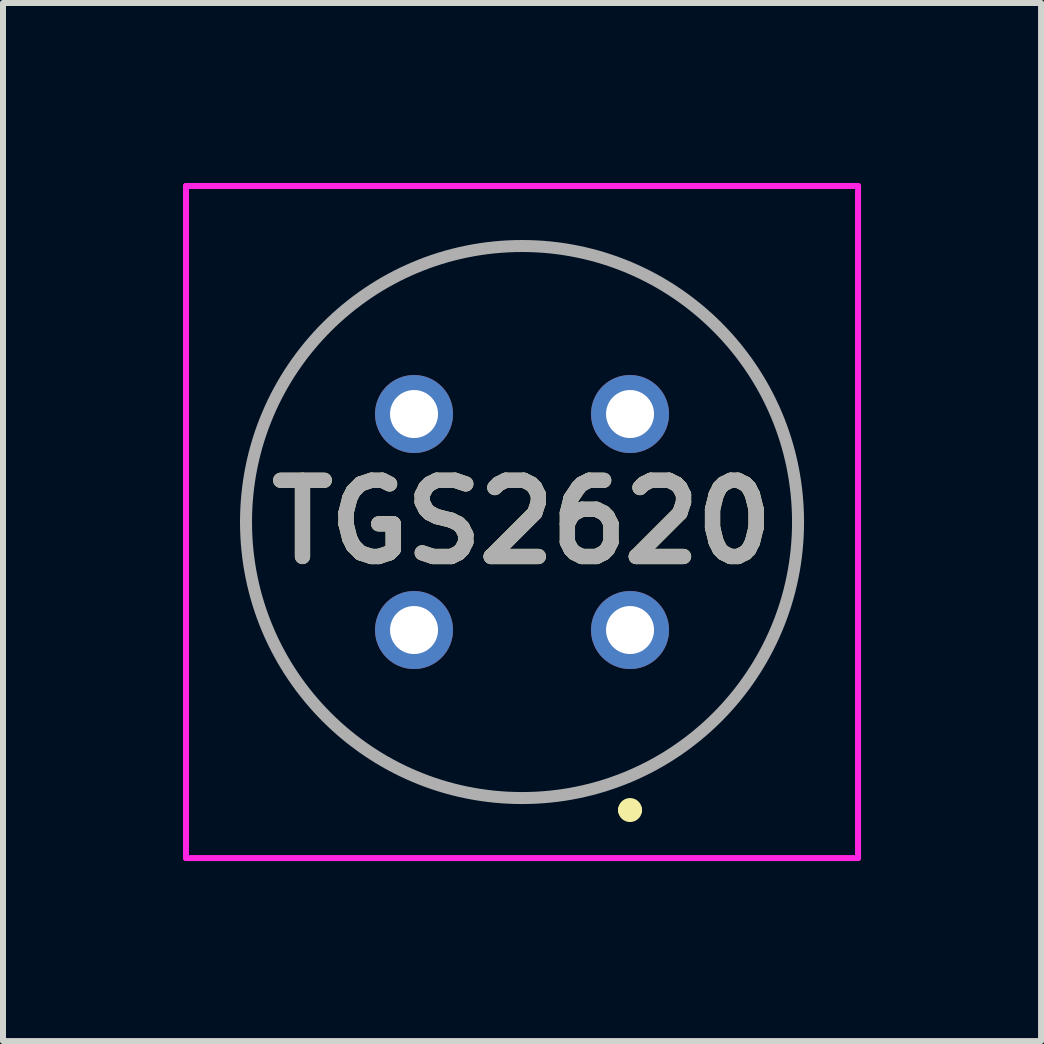
<source format=kicad_pcb>
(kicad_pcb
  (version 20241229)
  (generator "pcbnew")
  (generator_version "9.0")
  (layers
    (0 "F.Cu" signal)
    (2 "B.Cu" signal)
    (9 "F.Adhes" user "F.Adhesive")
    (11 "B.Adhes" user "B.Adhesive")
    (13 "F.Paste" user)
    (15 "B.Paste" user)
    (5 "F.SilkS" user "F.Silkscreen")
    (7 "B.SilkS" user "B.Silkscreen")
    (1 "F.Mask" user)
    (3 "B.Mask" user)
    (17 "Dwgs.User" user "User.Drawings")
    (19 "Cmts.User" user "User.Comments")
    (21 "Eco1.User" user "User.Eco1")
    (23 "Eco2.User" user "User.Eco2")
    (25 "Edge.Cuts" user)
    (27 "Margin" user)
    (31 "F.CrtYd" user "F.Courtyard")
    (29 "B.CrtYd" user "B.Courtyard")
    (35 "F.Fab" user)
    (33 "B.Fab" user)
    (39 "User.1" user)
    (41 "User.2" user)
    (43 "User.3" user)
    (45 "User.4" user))
  (footprint "TGS2620"
    (layer "F.Cu")
    (at 7.45 7.45)
    (property "Reference" "TGS2620" (at -1.8 -1.8 0) (layer "F.SilkS") (effects (font (size 1.27 1.27) (thickness 0.254))))
    (attr through_hole)
    (fp_line (start -6.4 -1.8) (end -6.4 -1.8) (stroke (width 0.1) (type solid)) (layer "F.SilkS"))
    (fp_line (start -0.1 3) (end -0.1 3) (stroke (width 0.2) (type solid)) (layer "F.SilkS"))
    (fp_line (start 0.1 3) (end 0.1 3) (stroke (width 0.2) (type solid)) (layer "F.SilkS"))
    (fp_line (start 2.8 -1.8) (end 2.8 -1.8) (stroke (width 0.1) (type solid)) (layer "F.SilkS"))
    (fp_arc (start -6.4 -1.8) (mid -1.8 -6.4) (end 2.8 -1.8) (stroke (width 0.1) (type solid)) (layer "F.SilkS"))
    (fp_arc (start -0.1 3) (mid 0 2.9) (end 0.1 3) (stroke (width 0.2) (type solid)) (layer "F.SilkS"))
    (fp_arc (start 0.1 3) (mid 0 3.1) (end -0.1 3) (stroke (width 0.2) (type solid)) (layer "F.SilkS"))
    (fp_arc (start 2.8 -1.8) (mid -1.8 2.8) (end -6.4 -1.8) (stroke (width 0.1) (type solid)) (layer "F.SilkS"))
    (fp_line (start -7.4 -7.4) (end -7.4 3.8) (stroke (width 0.1) (type solid)) (layer "F.CrtYd"))
    (fp_line (start -7.4 3.8) (end 3.8 3.8) (stroke (width 0.1) (type solid)) (layer "F.CrtYd"))
    (fp_line (start 3.8 -7.4) (end -7.4 -7.4) (stroke (width 0.1) (type solid)) (layer "F.CrtYd"))
    (fp_line (start 3.8 3.8) (end 3.8 -7.4) (stroke (width 0.1) (type solid)) (layer "F.CrtYd"))
    (fp_line (start -6.4 -1.8) (end -6.4 -1.8) (stroke (width 0.2) (type solid)) (layer "F.Fab"))
    (fp_line (start 2.8 -1.8) (end 2.8 -1.8) (stroke (width 0.2) (type solid)) (layer "F.Fab"))
    (fp_arc (start -6.4 -1.8) (mid -1.8 -6.4) (end 2.8 -1.8) (stroke (width 0.2) (type solid)) (layer "F.Fab"))
    (fp_arc (start 2.8 -1.8) (mid -1.8 2.8) (end -6.4 -1.8) (stroke (width 0.2) (type solid)) (layer "F.Fab"))
    (fp_text user "${REFERENCE}" (at -1.8 -1.8 0) (layer "F.Fab") (effects (font (size 1.27 1.27) (thickness 0.254))))
    (pad "1" thru_hole circle (at 0 0) (size 1.3 1.3) (drill 0.8) (layers "*.Cu" "*.Mask"))
    (pad "2" thru_hole circle (at 0 -3.6) (size 1.3 1.3) (drill 0.8) (layers "*.Cu" "*.Mask"))
    (pad "3" thru_hole circle (at -3.6 -3.6) (size 1.3 1.3) (drill 0.8) (layers "*.Cu" "*.Mask"))
    (pad "4" thru_hole circle (at -3.6 0) (size 1.3 1.3) (drill 0.8) (layers "*.Cu" "*.Mask")))
  (gr_rect
    (start -3 -3)
    (end 14.3 14.3)
    (stroke (width 0.1) (type default))
    (fill no)
    (layer "Edge.Cuts")))
</source>
